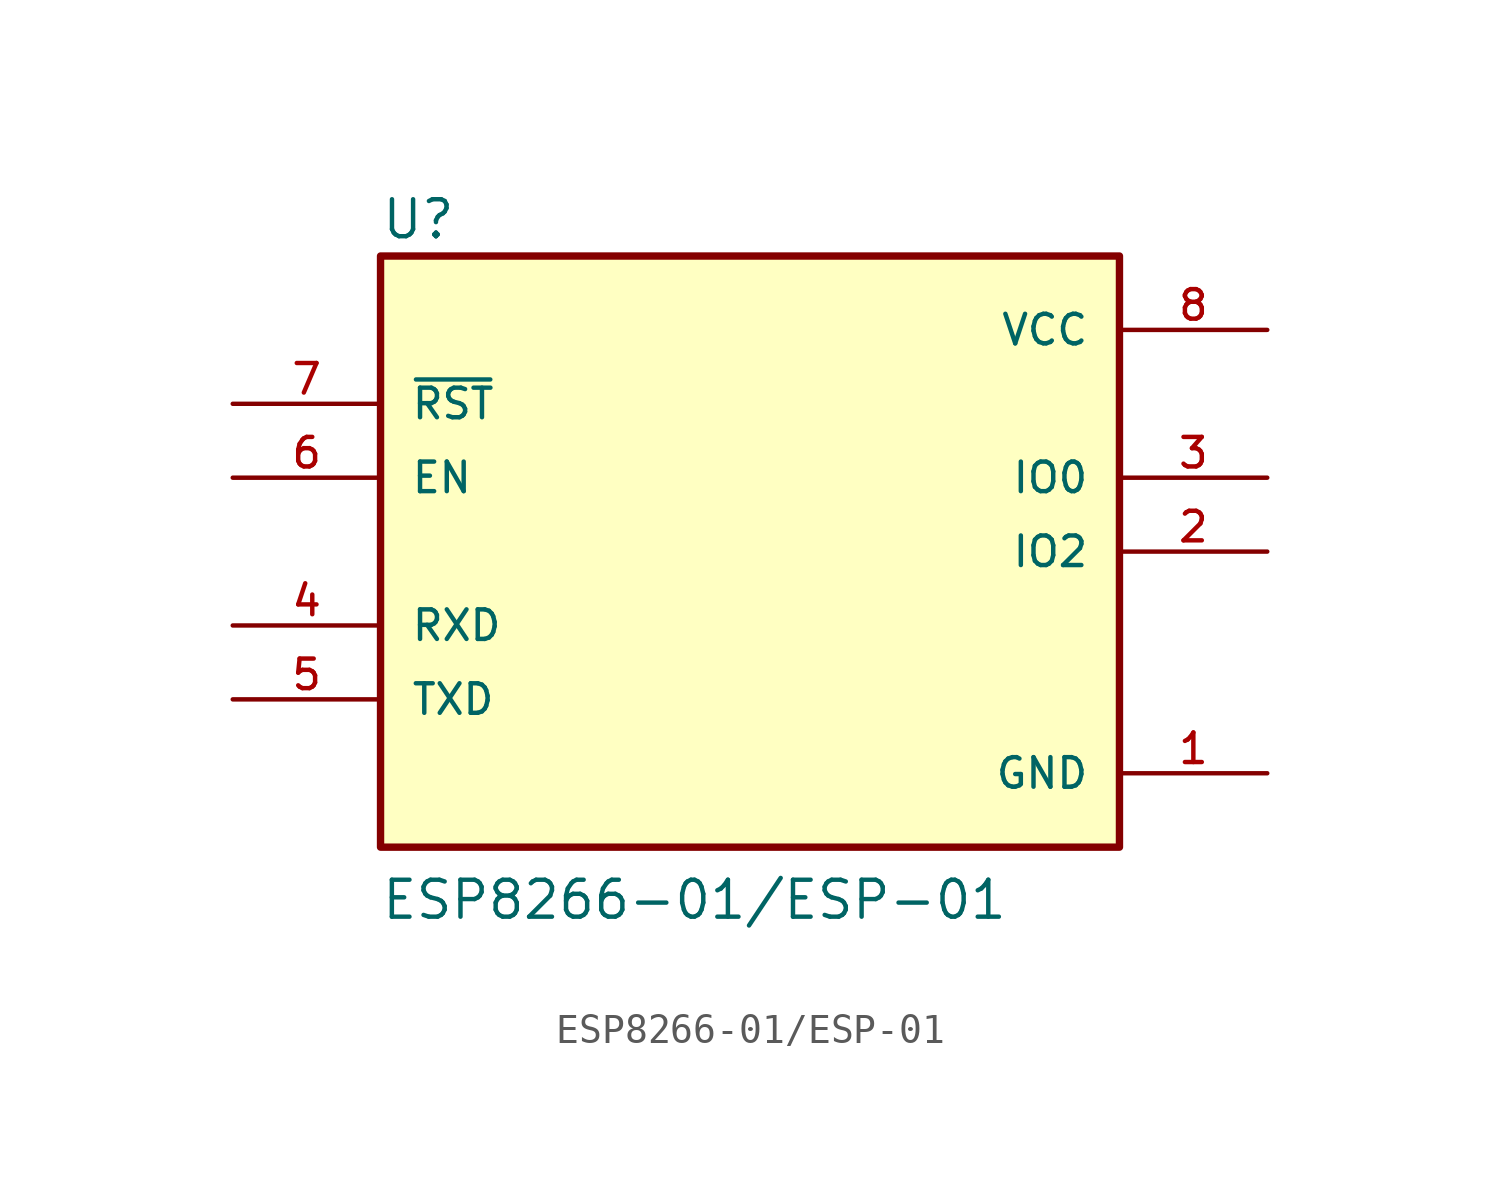
<source format=kicad_sym>
(kicad_symbol_lib
  (version 20220914)
  (generator kicad_symbol_editor)
  (symbol "ESP8266-01/ESP-01"
    (pin_names
      (offset 1.016))
    (property "Reference" "U"
      (at -12.709 10.678 0)
      (effects (font (size 1.27 1.27)) (justify left bottom)))
    (property "Value" "ESP8266-01{slash}ESP-01"
      (at -12.713 -12.713 0)
      (effects (font (size 1.27 1.27)) (justify left bottom)))
    (symbol "ESP8266-01/ESP-01_0_0"
      (rectangle (start -12.7 -10.16) (end 12.7 10.16) (stroke (width 0.254) (type default)) (fill (type background)))
      (pin power_in line (at 17.78 -7.62 180) (length 5.08) (name "GND" (effects (font (size 1.016 1.016)))) (number "1" (effects (font (size 1.016 1.016)))))
      (pin bidirectional line (at 17.78 0 180) (length 5.08) (name "IO2" (effects (font (size 1.016 1.016)))) (number "2" (effects (font (size 1.016 1.016)))))
      (pin bidirectional line (at 17.78 2.54 180) (length 5.08) (name "IO0" (effects (font (size 1.016 1.016)))) (number "3" (effects (font (size 1.016 1.016)))))
      (pin input line (at -17.78 -2.54 0) (length 5.08) (name "RXD" (effects (font (size 1.016 1.016)))) (number "4" (effects (font (size 1.016 1.016)))))
      (pin output line (at -17.78 -5.08 0) (length 5.08) (name "TXD" (effects (font (size 1.016 1.016)))) (number "5" (effects (font (size 1.016 1.016)))))
      (pin input line (at -17.78 2.54 0) (length 5.08) (name "EN" (effects (font (size 1.016 1.016)))) (number "6" (effects (font (size 1.016 1.016)))))
      (pin input line (at -17.78 5.08 0) (length 5.08) (name "~{RST}" (effects (font (size 1.016 1.016)))) (number "7" (effects (font (size 1.016 1.016)))))
      (pin power_in line (at 17.78 7.62 180) (length 5.08) (name "VCC" (effects (font (size 1.016 1.016)))) (number "8" (effects (font (size 1.016 1.016))))))))
</source>
